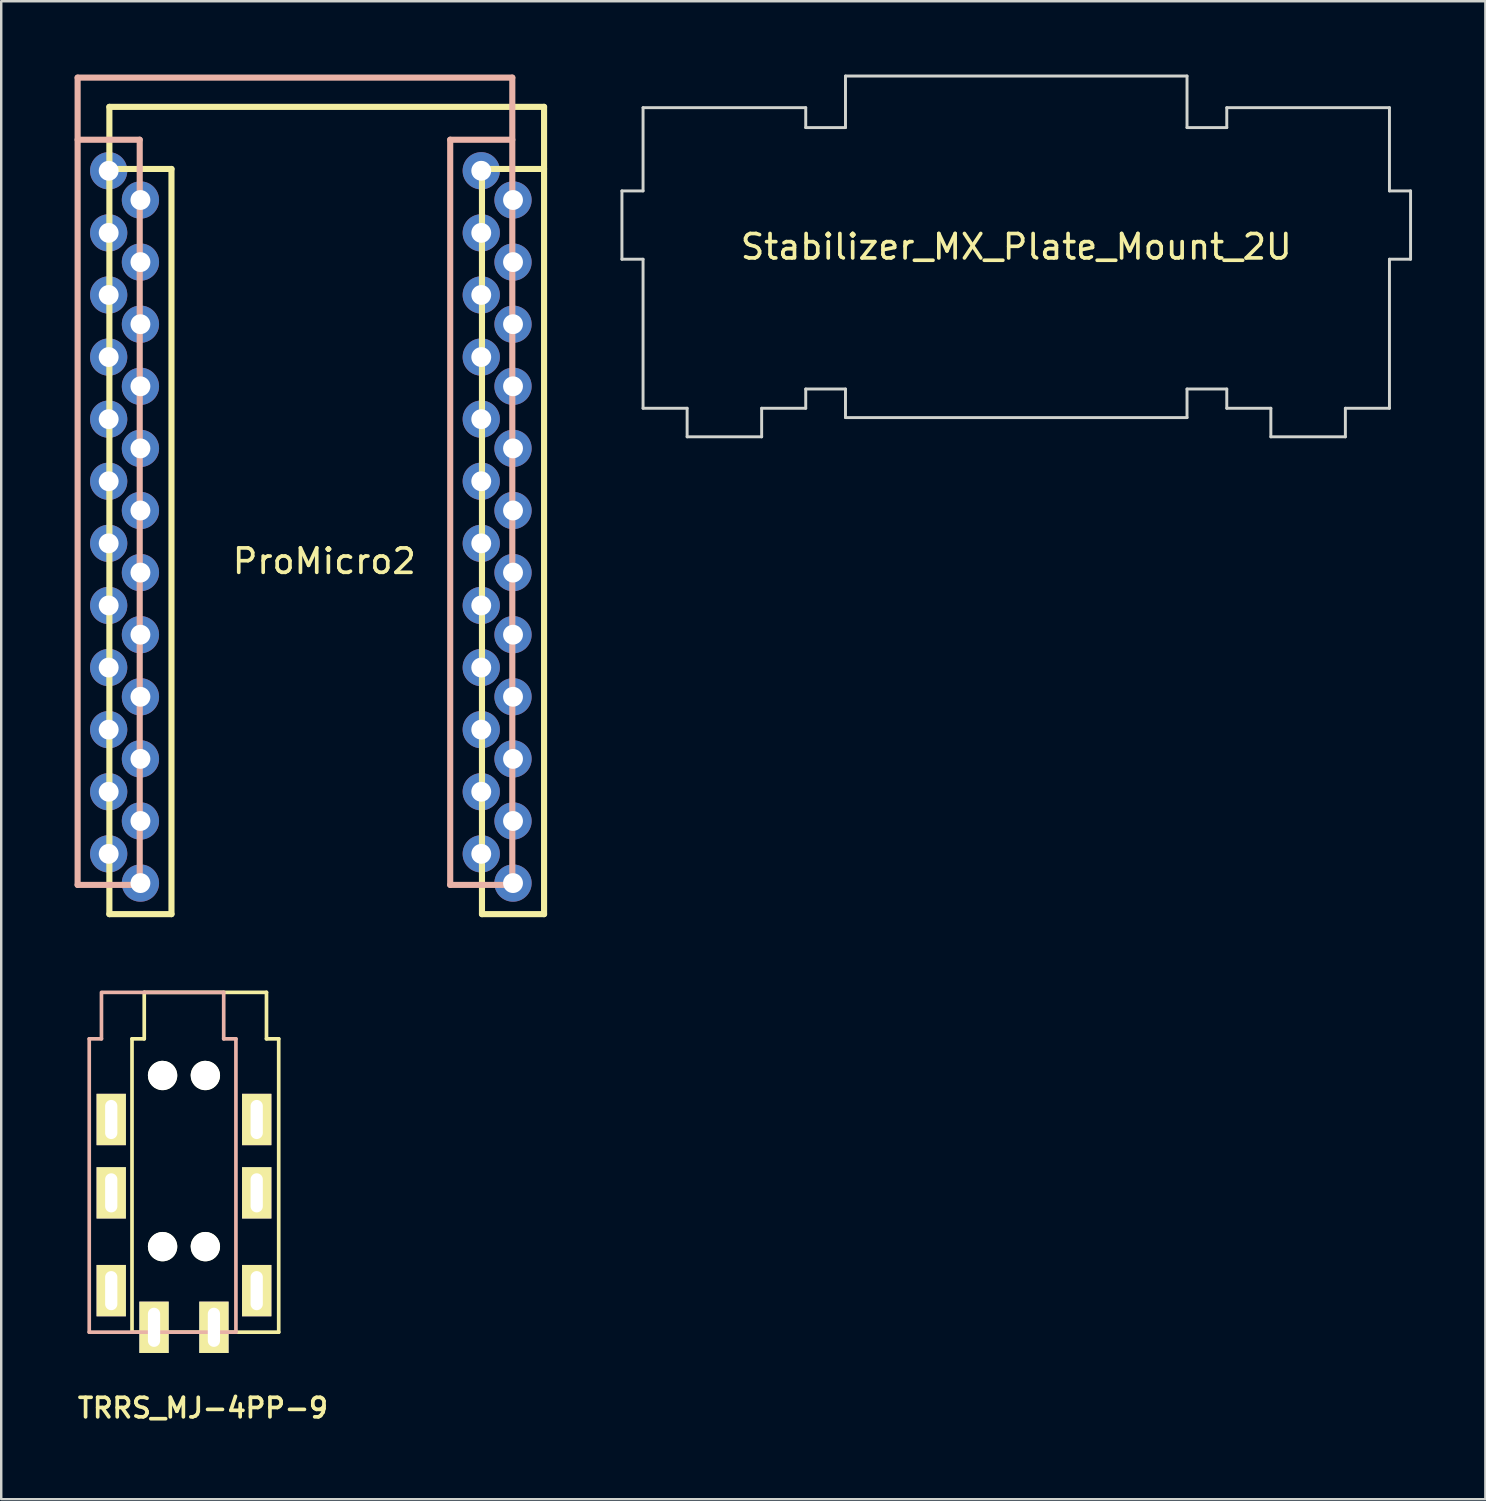
<source format=kicad_pcb>
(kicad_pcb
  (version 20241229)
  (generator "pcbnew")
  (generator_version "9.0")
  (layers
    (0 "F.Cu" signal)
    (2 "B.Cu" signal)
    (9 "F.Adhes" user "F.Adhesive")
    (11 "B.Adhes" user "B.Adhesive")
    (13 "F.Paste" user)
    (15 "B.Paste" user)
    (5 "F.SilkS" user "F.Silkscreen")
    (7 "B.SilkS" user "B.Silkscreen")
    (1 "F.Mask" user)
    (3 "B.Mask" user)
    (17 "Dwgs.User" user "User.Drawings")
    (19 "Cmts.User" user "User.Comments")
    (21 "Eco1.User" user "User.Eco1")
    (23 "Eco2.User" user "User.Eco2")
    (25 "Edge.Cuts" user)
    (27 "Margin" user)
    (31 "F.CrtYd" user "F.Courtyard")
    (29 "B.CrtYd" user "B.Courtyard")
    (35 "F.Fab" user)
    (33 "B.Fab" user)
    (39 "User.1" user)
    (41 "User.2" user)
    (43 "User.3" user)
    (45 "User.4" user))
  (footprint "ProMicro2"
    (layer "F.Cu")
    (at 10.215 18.705)
    (property "Reference" "ProMicro2" (at 0 1.2 0) (layer "F.SilkS") (effects (font (size 1 1) (thickness 0.15))))
    (attr through_hole)
    (fp_line (start -8.791 -17.384) (end -8.791 15.636) (stroke (width 0.25) (type solid)) (layer "F.SilkS"))
    (fp_line (start -8.791 -14.844) (end -8.791 15.636) (stroke (width 0.15) (type solid)) (layer "F.SilkS"))
    (fp_line (start -8.791 15.636) (end -6.251 15.636) (stroke (width 0.25) (type solid)) (layer "F.SilkS"))
    (fp_line (start -6.251 -14.844) (end -8.791 -14.844) (stroke (width 0.25) (type solid)) (layer "F.SilkS"))
    (fp_line (start -6.251 15.636) (end -6.251 -14.844) (stroke (width 0.25) (type solid)) (layer "F.SilkS"))
    (fp_line (start 6.449 -14.844) (end 6.449 15.636) (stroke (width 0.25) (type solid)) (layer "F.SilkS"))
    (fp_line (start 6.449 15.636) (end 8.989 15.636) (stroke (width 0.25) (type solid)) (layer "F.SilkS"))
    (fp_line (start 8.989 -17.384) (end -8.791 -17.384) (stroke (width 0.25) (type solid)) (layer "F.SilkS"))
    (fp_line (start 8.989 -14.844) (end 6.449 -14.844) (stroke (width 0.25) (type solid)) (layer "F.SilkS"))
    (fp_line (start 8.989 15.636) (end 8.989 -17.384) (stroke (width 0.25) (type solid)) (layer "F.SilkS"))
    (fp_line (start 8.989 15.636) (end 8.989 -14.844) (stroke (width 0.15) (type solid)) (layer "F.SilkS"))
    (fp_line (start -10.09 -18.58) (end 7.69 -18.58) (stroke (width 0.25) (type solid)) (layer "B.SilkS"))
    (fp_line (start -10.09 -16.04) (end -7.55 -16.04) (stroke (width 0.25) (type solid)) (layer "B.SilkS"))
    (fp_line (start -10.09 14.44) (end -10.09 -18.58) (stroke (width 0.25) (type solid)) (layer "B.SilkS"))
    (fp_line (start -10.09 14.44) (end -10.09 -16.04) (stroke (width 0.15) (type solid)) (layer "B.SilkS"))
    (fp_line (start -7.55 -16.04) (end -7.55 14.44) (stroke (width 0.25) (type solid)) (layer "B.SilkS"))
    (fp_line (start -7.55 14.44) (end -10.09 14.44) (stroke (width 0.25) (type solid)) (layer "B.SilkS"))
    (fp_line (start 5.15 -16.04) (end 7.69 -16.04) (stroke (width 0.25) (type solid)) (layer "B.SilkS"))
    (fp_line (start 5.15 14.44) (end 5.15 -16.04) (stroke (width 0.25) (type solid)) (layer "B.SilkS"))
    (fp_line (start 7.69 -18.58) (end 7.69 14.44) (stroke (width 0.25) (type solid)) (layer "B.SilkS"))
    (fp_line (start 7.69 -16.04) (end 7.69 14.44) (stroke (width 0.15) (type solid)) (layer "B.SilkS"))
    (fp_line (start 7.69 14.44) (end 5.15 14.44) (stroke (width 0.25) (type solid)) (layer "B.SilkS"))
    (pad "1" thru_hole circle (at -8.82 -14.77) (size 1.524 1.524) (drill 0.813) (layers "*.Cu" "*.Mask"))
    (pad "1" thru_hole circle (at 7.719 -13.574 180) (size 1.524 1.524) (drill 0.813) (layers "*.Cu" "*.Mask"))
    (pad "2" thru_hole circle (at -8.82 -12.23) (size 1.524 1.524) (drill 0.813) (layers "*.Cu" "*.Mask"))
    (pad "2" thru_hole circle (at 7.719 -11.034 180) (size 1.524 1.524) (drill 0.813) (layers "*.Cu" "*.Mask"))
    (pad "3" thru_hole circle (at -8.82 -9.69) (size 1.524 1.524) (drill 0.813) (layers "*.Cu" "*.Mask"))
    (pad "3" thru_hole circle (at 7.719 -8.494 180) (size 1.524 1.524) (drill 0.813) (layers "*.Cu" "*.Mask"))
    (pad "4" thru_hole circle (at -8.82 -7.15) (size 1.524 1.524) (drill 0.813) (layers "*.Cu" "*.Mask"))
    (pad "4" thru_hole circle (at 7.719 -5.954 180) (size 1.524 1.524) (drill 0.813) (layers "*.Cu" "*.Mask"))
    (pad "5" thru_hole circle (at -8.82 -4.61) (size 1.524 1.524) (drill 0.813) (layers "*.Cu" "*.Mask"))
    (pad "5" thru_hole circle (at 7.719 -3.414 180) (size 1.524 1.524) (drill 0.813) (layers "*.Cu" "*.Mask"))
    (pad "6" thru_hole circle (at -8.82 -2.07) (size 1.524 1.524) (drill 0.813) (layers "*.Cu" "*.Mask"))
    (pad "6" thru_hole circle (at 7.719 -0.874 180) (size 1.524 1.524) (drill 0.813) (layers "*.Cu" "*.Mask"))
    (pad "7" thru_hole circle (at -8.82 0.47) (size 1.524 1.524) (drill 0.813) (layers "*.Cu" "*.Mask"))
    (pad "7" thru_hole circle (at 7.719 1.666 180) (size 1.524 1.524) (drill 0.813) (layers "*.Cu" "*.Mask"))
    (pad "8" thru_hole circle (at -8.82 3.01) (size 1.524 1.524) (drill 0.813) (layers "*.Cu" "*.Mask"))
    (pad "8" thru_hole circle (at 7.719 4.206 180) (size 1.524 1.524) (drill 0.813) (layers "*.Cu" "*.Mask"))
    (pad "9" thru_hole circle (at -8.82 5.55) (size 1.524 1.524) (drill 0.813) (layers "*.Cu" "*.Mask"))
    (pad "9" thru_hole circle (at 7.719 6.746 180) (size 1.524 1.524) (drill 0.813) (layers "*.Cu" "*.Mask"))
    (pad "10" thru_hole circle (at -8.82 8.09) (size 1.524 1.524) (drill 0.813) (layers "*.Cu" "*.Mask"))
    (pad "10" thru_hole circle (at 7.719 9.286 180) (size 1.524 1.524) (drill 0.813) (layers "*.Cu" "*.Mask"))
    (pad "11" thru_hole circle (at -8.82 10.63) (size 1.524 1.524) (drill 0.813) (layers "*.Cu" "*.Mask"))
    (pad "11" thru_hole circle (at 7.719 11.826 180) (size 1.524 1.524) (drill 0.813) (layers "*.Cu" "*.Mask"))
    (pad "12" thru_hole circle (at -8.82 13.17) (size 1.524 1.524) (drill 0.813) (layers "*.Cu" "*.Mask"))
    (pad "12" thru_hole circle (at 7.719 14.366 180) (size 1.524 1.524) (drill 0.813) (layers "*.Cu" "*.Mask"))
    (pad "13" thru_hole circle (at -7.521 14.366 180) (size 1.524 1.524) (drill 0.813) (layers "*.Cu" "*.Mask"))
    (pad "13" thru_hole circle (at 6.42 13.17) (size 1.524 1.524) (drill 0.813) (layers "*.Cu" "*.Mask"))
    (pad "14" thru_hole circle (at -7.521 11.826 180) (size 1.524 1.524) (drill 0.813) (layers "*.Cu" "*.Mask"))
    (pad "14" thru_hole circle (at 6.42 10.63) (size 1.524 1.524) (drill 0.813) (layers "*.Cu" "*.Mask"))
    (pad "15" thru_hole circle (at -7.521 9.286 180) (size 1.524 1.524) (drill 0.813) (layers "*.Cu" "*.Mask"))
    (pad "15" thru_hole circle (at 6.42 8.09) (size 1.524 1.524) (drill 0.813) (layers "*.Cu" "*.Mask"))
    (pad "16" thru_hole circle (at -7.521 6.746 180) (size 1.524 1.524) (drill 0.813) (layers "*.Cu" "*.Mask"))
    (pad "16" thru_hole circle (at 6.42 5.55) (size 1.524 1.524) (drill 0.813) (layers "*.Cu" "*.Mask"))
    (pad "17" thru_hole circle (at -7.521 4.206 180) (size 1.524 1.524) (drill 0.813) (layers "*.Cu" "*.Mask"))
    (pad "17" thru_hole circle (at 6.42 3.01) (size 1.524 1.524) (drill 0.813) (layers "*.Cu" "*.Mask"))
    (pad "18" thru_hole circle (at -7.521 1.666 180) (size 1.524 1.524) (drill 0.813) (layers "*.Cu" "*.Mask"))
    (pad "18" thru_hole circle (at 6.42 0.47) (size 1.524 1.524) (drill 0.813) (layers "*.Cu" "*.Mask"))
    (pad "19" thru_hole circle (at -7.521 -0.874 180) (size 1.524 1.524) (drill 0.813) (layers "*.Cu" "*.Mask"))
    (pad "19" thru_hole circle (at 6.42 -2.07) (size 1.524 1.524) (drill 0.813) (layers "*.Cu" "*.Mask"))
    (pad "20" thru_hole circle (at -7.521 -3.414 180) (size 1.524 1.524) (drill 0.813) (layers "*.Cu" "*.Mask"))
    (pad "20" thru_hole circle (at 6.42 -4.61) (size 1.524 1.524) (drill 0.813) (layers "*.Cu" "*.Mask"))
    (pad "21" thru_hole circle (at -7.521 -5.954 180) (size 1.524 1.524) (drill 0.813) (layers "*.Cu" "*.Mask"))
    (pad "21" thru_hole circle (at 6.42 -7.15) (size 1.524 1.524) (drill 0.813) (layers "*.Cu" "*.Mask"))
    (pad "22" thru_hole circle (at -7.521 -8.494 180) (size 1.524 1.524) (drill 0.813) (layers "*.Cu" "*.Mask"))
    (pad "22" thru_hole circle (at 6.42 -9.69) (size 1.524 1.524) (drill 0.813) (layers "*.Cu" "*.Mask"))
    (pad "23" thru_hole circle (at -7.521 -11.034 180) (size 1.524 1.524) (drill 0.813) (layers "*.Cu" "*.Mask"))
    (pad "23" thru_hole circle (at 6.42 -12.23) (size 1.524 1.524) (drill 0.813) (layers "*.Cu" "*.Mask"))
    (pad "24" thru_hole circle (at -7.521 -13.574 180) (size 1.524 1.524) (drill 0.813) (layers "*.Cu" "*.Mask"))
    (pad "24" thru_hole circle (at 6.42 -14.77) (size 1.524 1.524) (drill 0.813) (layers "*.Cu" "*.Mask")))
  (footprint "TRRS_MJ-4PP-9"
    (layer "F.Cu")
    (at 5.35 39.441)
    (property "Reference" "TRRS_MJ-4PP-9" (at -0.1 15.1 0) (layer "F.SilkS") (effects (font (size 0.8 0.8) (thickness 0.15))))
    (attr through_hole)
    (fp_line (start -3 0) (end -2.5 0) (stroke (width 0.15) (type solid)) (layer "F.SilkS"))
    (fp_line (start -3 12) (end -3 0) (stroke (width 0.15) (type solid)) (layer "F.SilkS"))
    (fp_line (start -2.5 -1.9) (end 2.5 -1.9) (stroke (width 0.15) (type solid)) (layer "F.SilkS"))
    (fp_line (start -2.5 0) (end -2.5 -1.9) (stroke (width 0.15) (type solid)) (layer "F.SilkS"))
    (fp_line (start 2.5 0) (end 2.5 -1.9) (stroke (width 0.15) (type solid)) (layer "F.SilkS"))
    (fp_line (start 3 0) (end 2.5 0) (stroke (width 0.15) (type solid)) (layer "F.SilkS"))
    (fp_line (start 3 0) (end 3 12) (stroke (width 0.15) (type solid)) (layer "F.SilkS"))
    (fp_line (start 3 12) (end -3 12) (stroke (width 0.15) (type solid)) (layer "F.SilkS"))
    (fp_line (start -4.75 0) (end -4.25 0) (stroke (width 0.15) (type solid)) (layer "B.SilkS"))
    (fp_line (start -4.75 12) (end -4.75 0) (stroke (width 0.15) (type solid)) (layer "B.SilkS"))
    (fp_line (start -4.25 0) (end -4.25 -1.9) (stroke (width 0.15) (type solid)) (layer "B.SilkS"))
    (fp_line (start -4.2 -1.9) (end 0.75 -1.9) (stroke (width 0.15) (type solid)) (layer "B.SilkS"))
    (fp_line (start 0.75 0) (end 0.75 -1.9) (stroke (width 0.15) (type solid)) (layer "B.SilkS"))
    (fp_line (start 1.25 0) (end 0.75 0) (stroke (width 0.15) (type solid)) (layer "B.SilkS"))
    (fp_line (start 1.25 0) (end 1.25 12) (stroke (width 0.15) (type solid)) (layer "B.SilkS"))
    (fp_line (start 1.25 12) (end -4.75 12) (stroke (width 0.15) (type solid)) (layer "B.SilkS"))
    (pad "" np_thru_hole circle (at -1.75 1.5) (size 1.2 1.2) (drill 1.2) (layers "*.Cu" "*.Mask" "F.SilkS"))
    (pad "" np_thru_hole circle (at -1.75 8.5) (size 1.2 1.2) (drill 1.2) (layers "*.Cu" "*.Mask" "F.SilkS"))
    (pad "" np_thru_hole circle (at 0 1.5) (size 1.2 1.2) (drill 1.2) (layers "*.Cu" "*.Mask" "F.SilkS"))
    (pad "" np_thru_hole circle (at 0 8.5) (size 1.2 1.2) (drill 1.2) (layers "*.Cu" "*.Mask" "F.SilkS"))
    (pad "A" thru_hole rect (at -2.1 11.8) (size 1.2 2.1) (drill oval 0.5 1.6) (layers "*.Cu" "*.Mask" "F.SilkS"))
    (pad "A" thru_hole rect (at 0.35 11.8) (size 1.2 2.1) (drill oval 0.5 1.6) (layers "*.Cu" "*.Mask" "F.SilkS"))
    (pad "B" thru_hole rect (at -3.85 3.3) (size 1.2 2.1) (drill oval 0.5 1.6) (layers "*.Cu" "*.Mask" "F.SilkS"))
    (pad "B" thru_hole rect (at 2.1 3.3) (size 1.2 2.1) (drill oval 0.5 1.6) (layers "*.Cu" "*.Mask" "F.SilkS"))
    (pad "C" thru_hole rect (at -3.85 6.3) (size 1.2 2.1) (drill oval 0.5 1.6) (layers "*.Cu" "*.Mask" "F.SilkS"))
    (pad "C" thru_hole rect (at 2.1 6.3) (size 1.2 2.1) (drill oval 0.5 1.6) (layers "*.Cu" "*.Mask" "F.SilkS"))
    (pad "D" thru_hole rect (at -3.85 10.3) (size 1.2 2.1) (drill oval 0.5 1.6) (layers "*.Cu" "*.Mask" "F.SilkS"))
    (pad "D" thru_hole rect (at 2.1 10.3) (size 1.2 2.1) (drill oval 0.5 1.6) (layers "*.Cu" "*.Mask" "F.SilkS")))
  (footprint "Stabilizer_MX_Plate_Mount_2U"
    (layer "F.Cu")
    (at 38.518 7.045)
    (property "Reference" "Stabilizer_MX_Plate_Mount_2U" (at 0 0 0) (layer "F.SilkS") (effects (font (size 1 1) (thickness 0.15))))
    (attr through_hole)
    (fp_line (start -16.129 -2.286) (end -16.129 0.508) (stroke (width 0.12) (type solid)) (layer "Edge.Cuts"))
    (fp_line (start -16.129 0.508) (end -15.265 0.508) (stroke (width 0.12) (type solid)) (layer "Edge.Cuts"))
    (fp_line (start -15.265 -5.69) (end -15.265 -2.286) (stroke (width 0.12) (type solid)) (layer "Edge.Cuts"))
    (fp_line (start -15.265 -2.286) (end -16.129 -2.286) (stroke (width 0.12) (type solid)) (layer "Edge.Cuts"))
    (fp_line (start -15.265 0.508) (end -15.265 6.604) (stroke (width 0.12) (type solid)) (layer "Edge.Cuts"))
    (fp_line (start -15.265 6.604) (end -13.462 6.604) (stroke (width 0.12) (type solid)) (layer "Edge.Cuts"))
    (fp_line (start -13.462 6.604) (end -13.462 7.772) (stroke (width 0.12) (type solid)) (layer "Edge.Cuts"))
    (fp_line (start -13.462 7.772) (end -10.414 7.772) (stroke (width 0.12) (type solid)) (layer "Edge.Cuts"))
    (fp_line (start -10.414 6.604) (end -8.611 6.604) (stroke (width 0.12) (type solid)) (layer "Edge.Cuts"))
    (fp_line (start -10.414 7.772) (end -10.414 6.604) (stroke (width 0.12) (type solid)) (layer "Edge.Cuts"))
    (fp_line (start -8.611 -5.69) (end -15.265 -5.69) (stroke (width 0.12) (type solid)) (layer "Edge.Cuts"))
    (fp_line (start -8.611 -4.877) (end -8.611 -5.69) (stroke (width 0.12) (type solid)) (layer "Edge.Cuts"))
    (fp_line (start -8.611 5.817) (end -6.985 5.817) (stroke (width 0.12) (type solid)) (layer "Edge.Cuts"))
    (fp_line (start -8.611 6.604) (end -8.611 5.817) (stroke (width 0.12) (type solid)) (layer "Edge.Cuts"))
    (fp_line (start -6.985 -6.985) (end -6.985 -4.877) (stroke (width 0.12) (type solid)) (layer "Edge.Cuts"))
    (fp_line (start -6.985 -6.985) (end 6.985 -6.985) (stroke (width 0.12) (type solid)) (layer "Edge.Cuts"))
    (fp_line (start -6.985 -4.877) (end -8.611 -4.877) (stroke (width 0.12) (type solid)) (layer "Edge.Cuts"))
    (fp_line (start -6.985 5.817) (end -6.985 6.985) (stroke (width 0.12) (type solid)) (layer "Edge.Cuts"))
    (fp_line (start -6.985 6.985) (end 6.985 6.985) (stroke (width 0.12) (type solid)) (layer "Edge.Cuts"))
    (fp_line (start 6.985 -6.985) (end 6.985 -4.877) (stroke (width 0.12) (type solid)) (layer "Edge.Cuts"))
    (fp_line (start 6.985 -4.877) (end 8.611 -4.877) (stroke (width 0.12) (type solid)) (layer "Edge.Cuts"))
    (fp_line (start 6.985 5.817) (end 6.985 6.985) (stroke (width 0.12) (type solid)) (layer "Edge.Cuts"))
    (fp_line (start 8.611 -5.69) (end 15.265 -5.69) (stroke (width 0.12) (type solid)) (layer "Edge.Cuts"))
    (fp_line (start 8.611 -4.877) (end 8.611 -5.69) (stroke (width 0.12) (type solid)) (layer "Edge.Cuts"))
    (fp_line (start 8.611 5.817) (end 6.985 5.817) (stroke (width 0.12) (type solid)) (layer "Edge.Cuts"))
    (fp_line (start 8.611 6.604) (end 8.611 5.817) (stroke (width 0.12) (type solid)) (layer "Edge.Cuts"))
    (fp_line (start 10.414 6.604) (end 8.611 6.604) (stroke (width 0.12) (type solid)) (layer "Edge.Cuts"))
    (fp_line (start 10.414 7.772) (end 10.414 6.604) (stroke (width 0.12) (type solid)) (layer "Edge.Cuts"))
    (fp_line (start 13.462 6.604) (end 13.462 7.772) (stroke (width 0.12) (type solid)) (layer "Edge.Cuts"))
    (fp_line (start 13.462 7.772) (end 10.414 7.772) (stroke (width 0.12) (type solid)) (layer "Edge.Cuts"))
    (fp_line (start 15.265 -5.69) (end 15.265 -2.286) (stroke (width 0.12) (type solid)) (layer "Edge.Cuts"))
    (fp_line (start 15.265 -2.286) (end 16.129 -2.286) (stroke (width 0.12) (type solid)) (layer "Edge.Cuts"))
    (fp_line (start 15.265 0.508) (end 15.265 6.604) (stroke (width 0.12) (type solid)) (layer "Edge.Cuts"))
    (fp_line (start 15.265 6.604) (end 13.462 6.604) (stroke (width 0.12) (type solid)) (layer "Edge.Cuts"))
    (fp_line (start 16.129 -2.286) (end 16.129 0.508) (stroke (width 0.12) (type solid)) (layer "Edge.Cuts"))
    (fp_line (start 16.129 0.508) (end 15.265 0.508) (stroke (width 0.12) (type solid)) (layer "Edge.Cuts")))
  (gr_rect
    (start -3 -3)
    (end 57.707 58.272)
    (stroke (width 0.1) (type default))
    (fill no)
    (layer "Edge.Cuts")))
</source>
